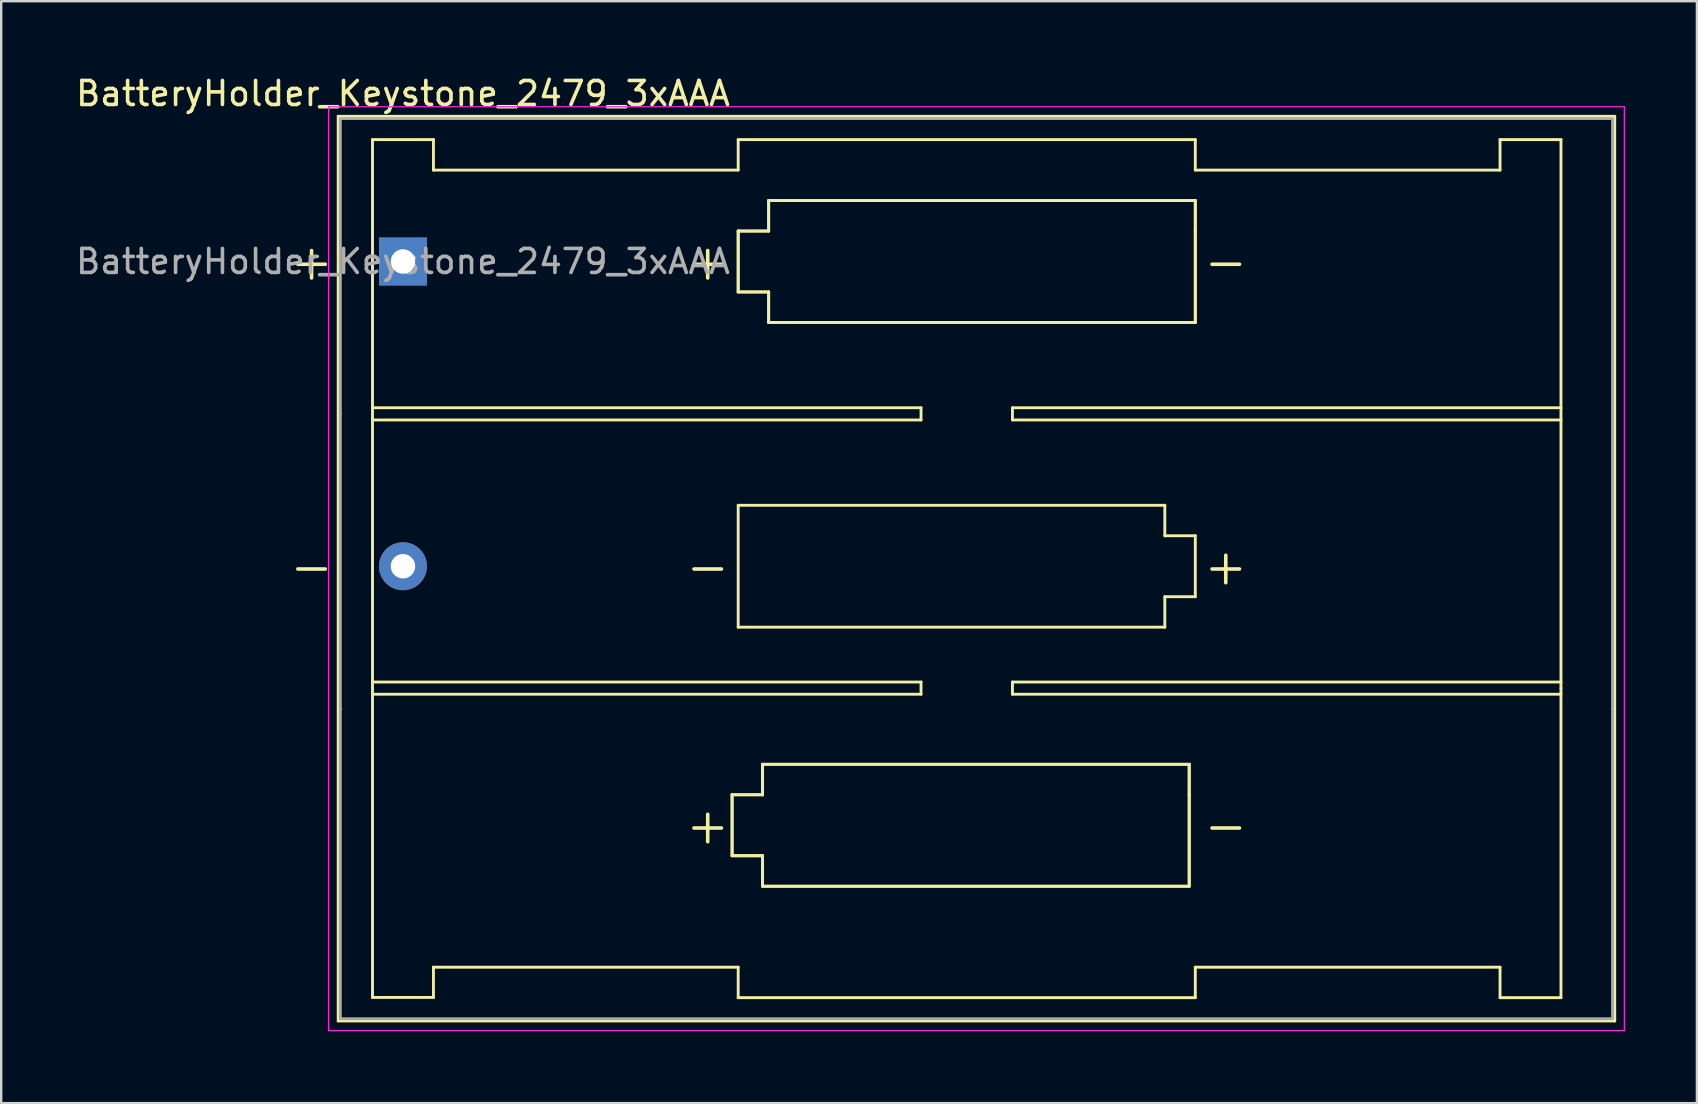
<source format=kicad_pcb>
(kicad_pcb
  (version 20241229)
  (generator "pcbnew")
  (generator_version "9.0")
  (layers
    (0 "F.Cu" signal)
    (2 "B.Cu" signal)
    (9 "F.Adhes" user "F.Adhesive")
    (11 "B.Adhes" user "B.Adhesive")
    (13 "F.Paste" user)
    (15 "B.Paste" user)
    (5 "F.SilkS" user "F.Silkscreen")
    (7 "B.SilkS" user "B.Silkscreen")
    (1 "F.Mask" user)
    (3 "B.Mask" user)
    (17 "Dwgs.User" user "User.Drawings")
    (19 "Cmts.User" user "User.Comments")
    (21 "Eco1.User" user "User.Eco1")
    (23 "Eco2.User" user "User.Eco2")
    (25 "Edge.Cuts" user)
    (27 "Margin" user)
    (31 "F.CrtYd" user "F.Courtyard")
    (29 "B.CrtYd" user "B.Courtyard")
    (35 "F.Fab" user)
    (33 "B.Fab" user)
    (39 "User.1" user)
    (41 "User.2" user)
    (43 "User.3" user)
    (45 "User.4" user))
  (footprint "BatteryHolder_Keystone_2479_3xAAA"
    (layer "F.Cu")
    (at 13.744 7.848)
    (property "Reference" "BatteryHolder_Keystone_2479_3xAAA" (at 0 -7 180) (layer "F.SilkS") (effects (font (size 1 1) (thickness 0.15))))
    (attr through_hole)
    (fp_line (start -2.7 -6.05) (end -2.7 31.65) (stroke (width 0.12) (type solid)) (layer "F.SilkS"))
    (fp_line (start -2.7 31.65) (end 50.5 31.65) (stroke (width 0.12) (type solid)) (layer "F.SilkS"))
    (fp_line (start -1.27 -5.08) (end -1.27 17.78) (stroke (width 0.12) (type solid)) (layer "F.SilkS"))
    (fp_line (start -1.27 6.096) (end 21.59 6.096) (stroke (width 0.12) (type solid)) (layer "F.SilkS"))
    (fp_line (start -1.27 17.526) (end 21.59 17.526) (stroke (width 0.12) (type solid)) (layer "F.SilkS"))
    (fp_line (start -1.27 17.78) (end -1.27 30.671) (stroke (width 0.12) (type solid)) (layer "F.SilkS"))
    (fp_line (start -1.27 30.671) (end 1.27 30.671) (stroke (width 0.12) (type solid)) (layer "F.SilkS"))
    (fp_line (start 1.27 -5.08) (end -1.27 -5.08) (stroke (width 0.12) (type solid)) (layer "F.SilkS"))
    (fp_line (start 1.27 -3.81) (end 1.27 -5.08) (stroke (width 0.12) (type solid)) (layer "F.SilkS"))
    (fp_line (start 1.27 -3.81) (end 13.97 -3.81) (stroke (width 0.12) (type solid)) (layer "F.SilkS"))
    (fp_line (start 1.27 29.41) (end 13.97 29.41) (stroke (width 0.12) (type solid)) (layer "F.SilkS"))
    (fp_line (start 1.27 30.671) (end 1.27 29.41) (stroke (width 0.12) (type solid)) (layer "F.SilkS"))
    (fp_line (start 13.716 22.225) (end 14.986 22.225) (stroke (width 0.12) (type solid)) (layer "F.SilkS"))
    (fp_line (start 13.716 22.225) (end 14.986 22.225) (stroke (width 0.12) (type solid)) (layer "F.SilkS"))
    (fp_line (start 13.716 24.765) (end 13.716 22.225) (stroke (width 0.12) (type solid)) (layer "F.SilkS"))
    (fp_line (start 13.716 24.765) (end 13.716 22.225) (stroke (width 0.12) (type solid)) (layer "F.SilkS"))
    (fp_line (start 13.97 -5.08) (end 13.97 -3.81) (stroke (width 0.12) (type solid)) (layer "F.SilkS"))
    (fp_line (start 13.97 -1.27) (end 15.24 -1.27) (stroke (width 0.12) (type solid)) (layer "F.SilkS"))
    (fp_line (start 13.97 -1.27) (end 15.24 -1.27) (stroke (width 0.12) (type solid)) (layer "F.SilkS"))
    (fp_line (start 13.97 1.27) (end 13.97 -1.27) (stroke (width 0.12) (type solid)) (layer "F.SilkS"))
    (fp_line (start 13.97 1.27) (end 13.97 -1.27) (stroke (width 0.12) (type solid)) (layer "F.SilkS"))
    (fp_line (start 13.97 10.16) (end 31.75 10.16) (stroke (width 0.12) (type solid)) (layer "F.SilkS"))
    (fp_line (start 13.97 15.24) (end 13.97 10.16) (stroke (width 0.12) (type solid)) (layer "F.SilkS"))
    (fp_line (start 13.97 29.41) (end 13.97 30.68) (stroke (width 0.12) (type solid)) (layer "F.SilkS"))
    (fp_line (start 13.97 30.68) (end 33.02 30.68) (stroke (width 0.12) (type solid)) (layer "F.SilkS"))
    (fp_line (start 14.986 20.955) (end 32.766 20.955) (stroke (width 0.12) (type solid)) (layer "F.SilkS"))
    (fp_line (start 14.986 20.955) (end 32.766 20.955) (stroke (width 0.12) (type solid)) (layer "F.SilkS"))
    (fp_line (start 14.986 22.225) (end 14.986 20.955) (stroke (width 0.12) (type solid)) (layer "F.SilkS"))
    (fp_line (start 14.986 22.225) (end 14.986 20.955) (stroke (width 0.12) (type solid)) (layer "F.SilkS"))
    (fp_line (start 14.986 24.765) (end 13.716 24.765) (stroke (width 0.12) (type solid)) (layer "F.SilkS"))
    (fp_line (start 14.986 24.765) (end 13.716 24.765) (stroke (width 0.12) (type solid)) (layer "F.SilkS"))
    (fp_line (start 14.986 26.035) (end 14.986 24.765) (stroke (width 0.12) (type solid)) (layer "F.SilkS"))
    (fp_line (start 14.986 26.035) (end 14.986 24.765) (stroke (width 0.12) (type solid)) (layer "F.SilkS"))
    (fp_line (start 15.24 -2.54) (end 33.02 -2.54) (stroke (width 0.12) (type solid)) (layer "F.SilkS"))
    (fp_line (start 15.24 -2.54) (end 33.02 -2.54) (stroke (width 0.12) (type solid)) (layer "F.SilkS"))
    (fp_line (start 15.24 -1.27) (end 15.24 -2.54) (stroke (width 0.12) (type solid)) (layer "F.SilkS"))
    (fp_line (start 15.24 -1.27) (end 15.24 -2.54) (stroke (width 0.12) (type solid)) (layer "F.SilkS"))
    (fp_line (start 15.24 1.27) (end 13.97 1.27) (stroke (width 0.12) (type solid)) (layer "F.SilkS"))
    (fp_line (start 15.24 1.27) (end 13.97 1.27) (stroke (width 0.12) (type solid)) (layer "F.SilkS"))
    (fp_line (start 15.24 2.54) (end 15.24 1.27) (stroke (width 0.12) (type solid)) (layer "F.SilkS"))
    (fp_line (start 15.24 2.54) (end 15.24 1.27) (stroke (width 0.12) (type solid)) (layer "F.SilkS"))
    (fp_line (start 21.59 6.096) (end 21.59 6.604) (stroke (width 0.12) (type solid)) (layer "F.SilkS"))
    (fp_line (start 21.59 6.604) (end -1.27 6.604) (stroke (width 0.12) (type solid)) (layer "F.SilkS"))
    (fp_line (start 21.59 17.526) (end 21.59 18.034) (stroke (width 0.12) (type solid)) (layer "F.SilkS"))
    (fp_line (start 21.59 18.034) (end -1.27 18.034) (stroke (width 0.12) (type solid)) (layer "F.SilkS"))
    (fp_line (start 25.4 6.096) (end 25.4 6.604) (stroke (width 0.12) (type solid)) (layer "F.SilkS"))
    (fp_line (start 25.4 6.604) (end 48.26 6.604) (stroke (width 0.12) (type solid)) (layer "F.SilkS"))
    (fp_line (start 25.4 17.526) (end 25.4 18.034) (stroke (width 0.12) (type solid)) (layer "F.SilkS"))
    (fp_line (start 25.4 18.034) (end 48.26 18.034) (stroke (width 0.12) (type solid)) (layer "F.SilkS"))
    (fp_line (start 31.75 10.16) (end 31.75 11.43) (stroke (width 0.12) (type solid)) (layer "F.SilkS"))
    (fp_line (start 31.75 11.43) (end 33.02 11.43) (stroke (width 0.12) (type solid)) (layer "F.SilkS"))
    (fp_line (start 31.75 13.97) (end 31.75 15.24) (stroke (width 0.12) (type solid)) (layer "F.SilkS"))
    (fp_line (start 31.75 15.24) (end 13.97 15.24) (stroke (width 0.12) (type solid)) (layer "F.SilkS"))
    (fp_line (start 32.766 20.955) (end 32.766 22.225) (stroke (width 0.12) (type solid)) (layer "F.SilkS"))
    (fp_line (start 32.766 20.955) (end 32.766 22.225) (stroke (width 0.12) (type solid)) (layer "F.SilkS"))
    (fp_line (start 32.766 22.225) (end 32.766 26.035) (stroke (width 0.12) (type solid)) (layer "F.SilkS"))
    (fp_line (start 32.766 22.225) (end 32.766 26.035) (stroke (width 0.12) (type solid)) (layer "F.SilkS"))
    (fp_line (start 32.766 26.035) (end 14.986 26.035) (stroke (width 0.12) (type solid)) (layer "F.SilkS"))
    (fp_line (start 32.766 26.035) (end 14.986 26.035) (stroke (width 0.12) (type solid)) (layer "F.SilkS"))
    (fp_line (start 33.02 -5.08) (end 13.97 -5.08) (stroke (width 0.12) (type solid)) (layer "F.SilkS"))
    (fp_line (start 33.02 -3.81) (end 33.02 -5.08) (stroke (width 0.12) (type solid)) (layer "F.SilkS"))
    (fp_line (start 33.02 -2.54) (end 33.02 -1.27) (stroke (width 0.12) (type solid)) (layer "F.SilkS"))
    (fp_line (start 33.02 -2.54) (end 33.02 -1.27) (stroke (width 0.12) (type solid)) (layer "F.SilkS"))
    (fp_line (start 33.02 -1.27) (end 33.02 2.54) (stroke (width 0.12) (type solid)) (layer "F.SilkS"))
    (fp_line (start 33.02 -1.27) (end 33.02 2.54) (stroke (width 0.12) (type solid)) (layer "F.SilkS"))
    (fp_line (start 33.02 2.54) (end 15.24 2.54) (stroke (width 0.12) (type solid)) (layer "F.SilkS"))
    (fp_line (start 33.02 2.54) (end 15.24 2.54) (stroke (width 0.12) (type solid)) (layer "F.SilkS"))
    (fp_line (start 33.02 11.43) (end 33.02 13.97) (stroke (width 0.12) (type solid)) (layer "F.SilkS"))
    (fp_line (start 33.02 13.97) (end 31.75 13.97) (stroke (width 0.12) (type solid)) (layer "F.SilkS"))
    (fp_line (start 33.02 30.68) (end 33.02 29.41) (stroke (width 0.12) (type solid)) (layer "F.SilkS"))
    (fp_line (start 45.72 -5.08) (end 45.72 -3.81) (stroke (width 0.12) (type solid)) (layer "F.SilkS"))
    (fp_line (start 45.72 -3.81) (end 33.02 -3.81) (stroke (width 0.12) (type solid)) (layer "F.SilkS"))
    (fp_line (start 45.72 29.41) (end 33.02 29.41) (stroke (width 0.12) (type solid)) (layer "F.SilkS"))
    (fp_line (start 45.72 30.68) (end 45.72 29.41) (stroke (width 0.12) (type solid)) (layer "F.SilkS"))
    (fp_line (start 48.26 -5.08) (end 45.72 -5.08) (stroke (width 0.12) (type solid)) (layer "F.SilkS"))
    (fp_line (start 48.26 -5.08) (end 48.26 17.78) (stroke (width 0.12) (type solid)) (layer "F.SilkS"))
    (fp_line (start 48.26 6.096) (end 25.4 6.096) (stroke (width 0.12) (type solid)) (layer "F.SilkS"))
    (fp_line (start 48.26 17.526) (end 25.4 17.526) (stroke (width 0.12) (type solid)) (layer "F.SilkS"))
    (fp_line (start 48.26 17.78) (end 48.26 30.68) (stroke (width 0.12) (type solid)) (layer "F.SilkS"))
    (fp_line (start 48.26 30.68) (end 45.72 30.68) (stroke (width 0.12) (type solid)) (layer "F.SilkS"))
    (fp_line (start 50.5 -6.05) (end -2.7 -6.05) (stroke (width 0.12) (type solid)) (layer "F.SilkS"))
    (fp_line (start 50.5 31.65) (end 50.5 -6.05) (stroke (width 0.12) (type solid)) (layer "F.SilkS"))
    (fp_line (start -3.1 -6.45) (end 50.9 -6.45) (stroke (width 0.05) (type solid)) (layer "F.CrtYd"))
    (fp_line (start -3.1 32.05) (end -3.1 -6.45) (stroke (width 0.05) (type solid)) (layer "F.CrtYd"))
    (fp_line (start 50.9 -6.45) (end 50.9 32.05) (stroke (width 0.05) (type solid)) (layer "F.CrtYd"))
    (fp_line (start 50.9 32.05) (end -3.1 32.05) (stroke (width 0.05) (type solid)) (layer "F.CrtYd"))
    (fp_line (start -2.6 -5.95) (end 50.4 -5.95) (stroke (width 0.1) (type solid)) (layer "F.Fab"))
    (fp_line (start -2.6 6.35) (end -2.6 -5.95) (stroke (width 0.1) (type solid)) (layer "F.Fab"))
    (fp_line (start -2.6 18.65) (end -2.6 6.35) (stroke (width 0.1) (type solid)) (layer "F.Fab"))
    (fp_line (start -2.6 18.65) (end -2.6 31.55) (stroke (width 0.1) (type solid)) (layer "F.Fab"))
    (fp_line (start -2.6 31.55) (end 50.4 31.55) (stroke (width 0.1) (type solid)) (layer "F.Fab"))
    (fp_line (start 50.4 18.65) (end 50.4 -5.95) (stroke (width 0.1) (type solid)) (layer "F.Fab"))
    (fp_line (start 50.4 18.65) (end 50.4 31.55) (stroke (width 0.1) (type solid)) (layer "F.Fab"))
    (fp_text user "+" (at 34.29 12.7 0) (layer "F.SilkS") (effects (font (size 1.5 1.5) (thickness 0.15))))
    (fp_text user "-" (at 34.29 23.495 0) (layer "F.SilkS") (effects (font (size 1.5 1.5) (thickness 0.15))))
    (fp_text user "-" (at 34.29 0 0) (layer "F.SilkS") (effects (font (size 1.5 1.5) (thickness 0.15))))
    (fp_text user "-" (at 12.7 12.7 0) (layer "F.SilkS") (effects (font (size 1.5 1.5) (thickness 0.15))))
    (fp_text user "+" (at -3.81 0 0) (layer "F.SilkS") (effects (font (size 1.5 1.5) (thickness 0.15))))
    (fp_text user "-" (at -3.81 12.7 0) (layer "F.SilkS") (effects (font (size 1.5 1.5) (thickness 0.15))))
    (fp_text user "+" (at 12.7 0 0) (layer "F.SilkS") (effects (font (size 1.5 1.5) (thickness 0.15))))
    (fp_text user "+" (at 12.7 23.495 0) (layer "F.SilkS") (effects (font (size 1.5 1.5) (thickness 0.15))))
    (fp_text user "${REFERENCE}" (at 0 0 0) (layer "F.Fab") (effects (font (size 1 1) (thickness 0.15))))
    (pad "1" thru_hole rect (at 0 0) (size 2 2) (drill 1.02) (layers "*.Cu" "*.Mask"))
    (pad "2" thru_hole circle (at 0 12.7) (size 2 2) (drill 1.02) (layers "*.Cu" "*.Mask")))
  (gr_rect
    (start -3 -3)
    (end 67.669 42.923)
    (stroke (width 0.1) (type default))
    (fill no)
    (layer "Edge.Cuts")))
</source>
